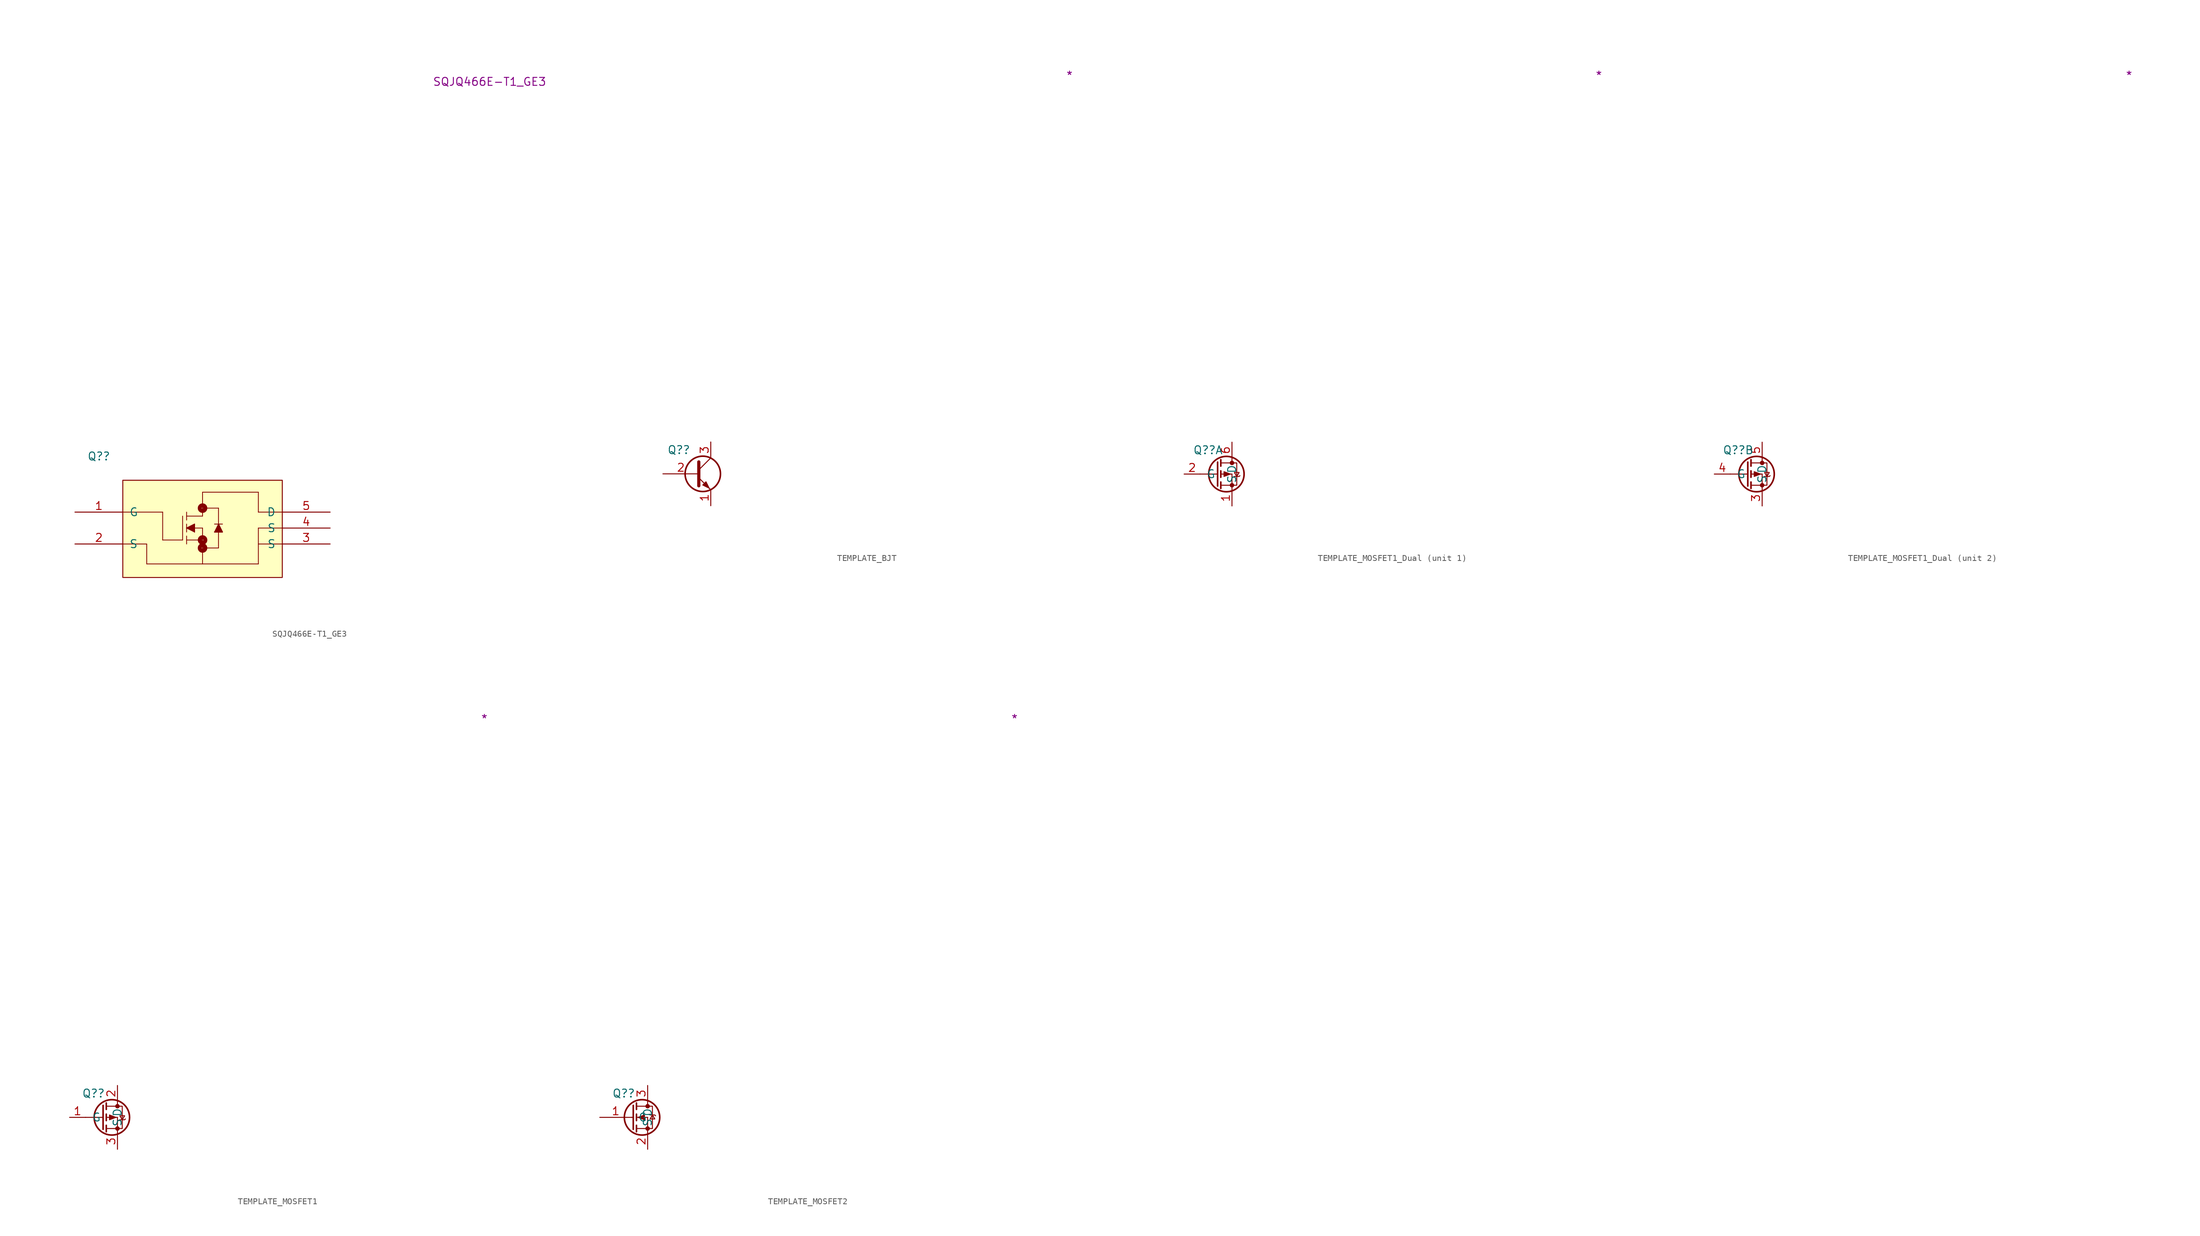
<source format=kicad_sym>
(kicad_symbol_lib
  (version 20241209)
  (generator "kicad_symbol_editor")
  (generator_version "9.0")
  (symbol "SQJQ466E-T1_GE3"
    (pin_names
      (offset 1.016))
    (property "Reference" "Q?"
      (at -3.81 3.81 0)
      (effects (font (size 1.27 1.27))))
    (property "_Value_" "SQJQ466E-T1_GE3"
      (at 58.42 63.5 0)
      (effects (font (size 1.27 1.27))))
    (symbol "SQJQ466E-T1_GE3_0_1"
      (polyline (pts (xy 0 -5.08) (xy 6.35 -5.08)) (stroke (width 0.127) (type default)) (fill (type none)))
      (polyline (pts (xy 3.81 -10.16) (xy 0 -10.16)) (stroke (width 0.127) (type default)) (fill (type none)))
      (polyline (pts (xy 3.81 -13.335) (xy 3.81 -10.16)) (stroke (width 0.127) (type default)) (fill (type none)))
      (polyline (pts (xy 6.35 -5.08) (xy 6.35 -9.525)) (stroke (width 0.127) (type default)) (fill (type none)))
      (polyline (pts (xy 9.525 -5.715) (xy 9.525 -9.525)) (stroke (width 0.127) (type default)) (fill (type none)))
      (polyline (pts (xy 9.525 -9.525) (xy 6.35 -9.525)) (stroke (width 0.127) (type default)) (fill (type none)))
      (polyline (pts (xy 10.16 -5.715) (xy 12.7 -5.715)) (stroke (width 0.127) (type default)) (fill (type none)))
      (polyline (pts (xy 10.16 -6.35) (xy 10.16 -5.08)) (stroke (width 0.127) (type default)) (fill (type none)))
      (polyline (pts (xy 10.16 -6.985) (xy 10.16 -8.255)) (stroke (width 0.127) (type default)) (fill (type none)))
      (polyline (pts (xy 10.16 -7.62) (xy 11.43 -6.985)) (stroke (width 0.127) (type default)) (fill (type none)))
      (polyline (pts (xy 10.16 -7.62) (xy 11.43 -8.255)) (stroke (width 0.127) (type default)) (fill (type none)))
      (polyline (pts (xy 10.16 -7.62) (xy 11.43 -6.985) (xy 11.43 -8.255)) (stroke (width 0) (type default)) (fill (type outline)))
      (polyline (pts (xy 10.16 -8.89) (xy 10.16 -10.16)) (stroke (width 0.127) (type default)) (fill (type none)))
      (polyline (pts (xy 10.16 -9.525) (xy 12.7 -9.525)) (stroke (width 0.127) (type default)) (fill (type none)))
      (polyline (pts (xy 11.43 -6.985) (xy 11.43 -8.255)) (stroke (width 0.127) (type default)) (fill (type none)))
      (polyline (pts (xy 12.7 -1.905) (xy 21.59 -1.905)) (stroke (width 0.127) (type default)) (fill (type none)))
      (polyline (pts (xy 12.7 -4.445) (xy 15.24 -4.445)) (stroke (width 0.127) (type default)) (fill (type none)))
      (circle (center 12.7 -4.445) (radius 0.127) (stroke (width 0.635) (type default)) (fill (type none)))
      (polyline (pts (xy 12.7 -5.715) (xy 12.7 -1.905)) (stroke (width 0.127) (type default)) (fill (type none)))
      (polyline (pts (xy 12.7 -7.62) (xy 10.16 -7.62)) (stroke (width 0.127) (type default)) (fill (type none)))
      (polyline (pts (xy 12.7 -7.62) (xy 12.7 -13.335)) (stroke (width 0.127) (type default)) (fill (type none)))
      (circle (center 12.7 -9.525) (radius 0.127) (stroke (width 0.635) (type default)) (fill (type none)))
      (polyline (pts (xy 12.7 -10.795) (xy 15.24 -10.795)) (stroke (width 0.127) (type default)) (fill (type none)))
      (circle (center 12.7 -10.795) (radius 0.127) (stroke (width 0.635) (type default)) (fill (type none)))
      (polyline (pts (xy 14.605 -6.985) (xy 15.875 -6.985)) (stroke (width 0.127) (type default)) (fill (type none)))
      (polyline (pts (xy 14.605 -8.255) (xy 15.875 -8.255)) (stroke (width 0.127) (type default)) (fill (type none)))
      (polyline (pts (xy 14.605 -8.255) (xy 15.875 -8.255) (xy 15.24 -6.985)) (stroke (width 0) (type default)) (fill (type outline)))
      (polyline (pts (xy 15.24 -4.445) (xy 15.24 -10.795)) (stroke (width 0.127) (type default)) (fill (type none)))
      (polyline (pts (xy 15.24 -6.985) (xy 14.605 -8.255)) (stroke (width 0.127) (type default)) (fill (type none)))
      (polyline (pts (xy 15.875 -8.255) (xy 15.24 -6.985)) (stroke (width 0.127) (type default)) (fill (type none)))
      (polyline (pts (xy 21.59 -1.905) (xy 21.59 -5.08)) (stroke (width 0.127) (type default)) (fill (type none)))
      (polyline (pts (xy 21.59 -7.62) (xy 21.59 -13.335)) (stroke (width 0.127) (type default)) (fill (type none)))
      (polyline (pts (xy 21.59 -13.335) (xy 3.81 -13.335)) (stroke (width 0.127) (type default)) (fill (type none)))
      (polyline (pts (xy 25.4 -5.08) (xy 21.59 -5.08)) (stroke (width 0.127) (type default)) (fill (type none)))
      (polyline (pts (xy 25.4 -7.62) (xy 21.59 -7.62)) (stroke (width 0.127) (type default)) (fill (type none)))
      (polyline (pts (xy 25.4 -10.16) (xy 21.59 -10.16)) (stroke (width 0.127) (type default)) (fill (type none)))
      (pin unspecified line (at -7.62 -5.08 0) (length 7.62) (name "G" (effects (font (size 1.27 1.27)))) (number "1" (effects (font (size 1.27 1.27)))))
      (pin unspecified line (at -7.62 -10.16 0) (length 7.62) (name "S" (effects (font (size 1.27 1.27)))) (number "2" (effects (font (size 1.27 1.27)))))
      (pin unspecified line (at 33.02 -5.08 180) (length 7.62) (name "D" (effects (font (size 1.27 1.27)))) (number "5" (effects (font (size 1.27 1.27)))))
      (pin unspecified line (at 33.02 -7.62 180) (length 7.62) (name "S" (effects (font (size 1.27 1.27)))) (number "4" (effects (font (size 1.27 1.27)))))
      (pin unspecified line (at 33.02 -10.16 180) (length 7.62) (name "S" (effects (font (size 1.27 1.27)))) (number "3" (effects (font (size 1.27 1.27))))))
    (symbol "SQJQ466E-T1_GE3_1_1"
      (rectangle (start 0 0) (end 25.4 -15.494) (stroke (width 0) (type solid)) (fill (type background)))))
  (symbol "TEMPLATE_BJT"
    (pin_names
      (offset 1.016))
    (property "Reference" "Q?"
      (at -3.81 3.81 0)
      (effects (font (size 1.27 1.27))))
    (property "_Value_" "*"
      (at 58.42 63.5 0)
      (effects (font (size 1.27 1.27))))
    (symbol "TEMPLATE_BJT_1_1"
      (polyline (pts (xy -0.635 1.905) (xy -0.635 -1.905) (xy -0.635 -1.905)) (stroke (width 0.508) (type solid)) (fill (type none)))
      (polyline (pts (xy -0.635 0.635) (xy 1.27 2.54)) (stroke (width 0) (type solid)) (fill (type none)))
      (polyline (pts (xy -0.635 -0.635) (xy 1.27 -2.54) (xy 1.27 -2.54)) (stroke (width 0) (type solid)) (fill (type none)))
      (circle (center 0 0) (radius 2.819) (stroke (width 0.254) (type solid)) (fill (type none)))
      (polyline (pts (xy 0 -1.778) (xy 0.508 -1.27) (xy 1.016 -2.286) (xy 0 -1.778) (xy 0 -1.778)) (stroke (width 0) (type solid)) (fill (type outline)))
      (pin passive line (at -6.35 0 0) (length 5.715) (name "~" (effects (font (size 1.27 1.27)))) (number "2" (effects (font (size 1.27 1.27)))))
      (pin passive line (at 1.27 5.08 270) (length 2.54) (name "~" (effects (font (size 1.27 1.27)))) (number "3" (effects (font (size 1.27 1.27)))))
      (pin passive line (at 1.27 -5.08 90) (length 2.54) (name "~" (effects (font (size 1.27 1.27)))) (number "1" (effects (font (size 1.27 1.27)))))))
  (symbol "TEMPLATE_MOSFET1_Dual"
    (pin_names
      (offset 1.016))
    (property "Reference" "Q?"
      (at -3.81 3.81 0)
      (effects (font (size 1.27 1.27))))
    (property "_Value_" "*"
      (at 58.42 63.5 0)
      (effects (font (size 1.27 1.27))))
    (symbol "TEMPLATE_MOSFET1_Dual_1_1"
      (polyline (pts (xy -5.08 0) (xy -2.286 0)) (stroke (width 0) (type solid)) (fill (type none)))
      (polyline (pts (xy -2.286 1.905) (xy -2.286 -1.905) (xy -2.286 -1.905)) (stroke (width 0.254) (type solid)) (fill (type none)))
      (polyline (pts (xy -1.778 2.286) (xy -1.778 1.27)) (stroke (width 0.254) (type solid)) (fill (type none)))
      (polyline (pts (xy -1.778 1.778) (xy 0 1.778)) (stroke (width 0) (type solid)) (fill (type none)))
      (polyline (pts (xy -1.778 0.508) (xy -1.778 -0.508)) (stroke (width 0.254) (type solid)) (fill (type none)))
      (polyline (pts (xy -1.778 0) (xy 0 0)) (stroke (width 0) (type solid)) (fill (type none)))
      (polyline (pts (xy -1.778 -1.27) (xy -1.778 -2.286)) (stroke (width 0.254) (type solid)) (fill (type none)))
      (polyline (pts (xy -1.778 -1.778) (xy 0 -1.778)) (stroke (width 0) (type solid)) (fill (type none)))
      (circle (center -0.889 0) (radius 2.819) (stroke (width 0.254) (type solid)) (fill (type none)))
      (polyline (pts (xy -0.254 0) (xy -1.27 -0.381) (xy -1.27 0.381) (xy -0.254 0)) (stroke (width 0) (type solid)) (fill (type outline)))
      (polyline (pts (xy 0 2.54) (xy 0 1.778)) (stroke (width 0) (type solid)) (fill (type none)))
      (circle (center 0 1.778) (radius 0.279) (stroke (width 0) (type solid)) (fill (type outline)))
      (polyline (pts (xy 0 -1.778) (xy 0 0)) (stroke (width 0) (type solid)) (fill (type none)))
      (polyline (pts (xy 0 -1.778) (xy 0 -2.54)) (stroke (width 0) (type solid)) (fill (type none)))
      (polyline (pts (xy 0 -1.778) (xy 0.762 -1.778) (xy 0.762 1.778) (xy 0 1.778)) (stroke (width 0) (type solid)) (fill (type none)))
      (circle (center 0 -1.778) (radius 0.279) (stroke (width 0) (type solid)) (fill (type outline)))
      (polyline (pts (xy 0.254 -0.508) (xy 0.381 -0.381) (xy 1.143 -0.381) (xy 1.27 -0.254)) (stroke (width 0) (type solid)) (fill (type none)))
      (polyline (pts (xy 0.762 -0.381) (xy 0.381 0.254) (xy 1.143 0.254) (xy 0.762 -0.381)) (stroke (width 0) (type solid)) (fill (type none)))
      (pin input line (at -7.62 0 0) (length 2.54) (name "G" (effects (font (size 1.27 1.27)))) (number "2" (effects (font (size 1.27 1.27)))))
      (pin passive line (at 0 5.08 270) (length 2.54) (name "D" (effects (font (size 1.27 1.27)))) (number "6" (effects (font (size 1.27 1.27)))))
      (pin passive line (at 0 -5.08 90) (length 2.54) (name "S" (effects (font (size 1.27 1.27)))) (number "1" (effects (font (size 1.27 1.27))))))
    (symbol "TEMPLATE_MOSFET1_Dual_2_1"
      (polyline (pts (xy -5.08 0) (xy -2.286 0)) (stroke (width 0) (type solid)) (fill (type none)))
      (polyline (pts (xy -2.286 1.905) (xy -2.286 -1.905) (xy -2.286 -1.905)) (stroke (width 0.254) (type solid)) (fill (type none)))
      (polyline (pts (xy -1.778 2.286) (xy -1.778 1.27)) (stroke (width 0.254) (type solid)) (fill (type none)))
      (polyline (pts (xy -1.778 1.778) (xy 0 1.778)) (stroke (width 0) (type solid)) (fill (type none)))
      (polyline (pts (xy -1.778 0.508) (xy -1.778 -0.508)) (stroke (width 0.254) (type solid)) (fill (type none)))
      (polyline (pts (xy -1.778 0) (xy 0 0)) (stroke (width 0) (type solid)) (fill (type none)))
      (polyline (pts (xy -1.778 -1.27) (xy -1.778 -2.286)) (stroke (width 0.254) (type solid)) (fill (type none)))
      (polyline (pts (xy -1.778 -1.778) (xy 0 -1.778)) (stroke (width 0) (type solid)) (fill (type none)))
      (circle (center -0.889 0) (radius 2.819) (stroke (width 0.254) (type solid)) (fill (type none)))
      (polyline (pts (xy -0.254 0) (xy -1.27 -0.381) (xy -1.27 0.381) (xy -0.254 0)) (stroke (width 0) (type solid)) (fill (type outline)))
      (polyline (pts (xy 0 2.54) (xy 0 1.778)) (stroke (width 0) (type solid)) (fill (type none)))
      (circle (center 0 1.778) (radius 0.279) (stroke (width 0) (type solid)) (fill (type outline)))
      (polyline (pts (xy 0 -1.778) (xy 0 0)) (stroke (width 0) (type solid)) (fill (type none)))
      (polyline (pts (xy 0 -1.778) (xy 0 -2.54)) (stroke (width 0) (type solid)) (fill (type none)))
      (polyline (pts (xy 0 -1.778) (xy 0.762 -1.778) (xy 0.762 1.778) (xy 0 1.778)) (stroke (width 0) (type solid)) (fill (type none)))
      (circle (center 0 -1.778) (radius 0.279) (stroke (width 0) (type solid)) (fill (type outline)))
      (polyline (pts (xy 0.254 -0.508) (xy 0.381 -0.381) (xy 1.143 -0.381) (xy 1.27 -0.254)) (stroke (width 0) (type solid)) (fill (type none)))
      (polyline (pts (xy 0.762 -0.381) (xy 0.381 0.254) (xy 1.143 0.254) (xy 0.762 -0.381)) (stroke (width 0) (type solid)) (fill (type none)))
      (pin input line (at -7.62 0 0) (length 2.54) (name "G" (effects (font (size 1.27 1.27)))) (number "4" (effects (font (size 1.27 1.27)))))
      (pin passive line (at 0 5.08 270) (length 2.54) (name "D" (effects (font (size 1.27 1.27)))) (number "5" (effects (font (size 1.27 1.27)))))
      (pin passive line (at 0 -5.08 90) (length 2.54) (name "S" (effects (font (size 1.27 1.27)))) (number "3" (effects (font (size 1.27 1.27)))))))
  (symbol "TEMPLATE_MOSFET1"
    (pin_names
      (offset 1.016))
    (property "Reference" "Q?"
      (at -3.81 3.81 0)
      (effects (font (size 1.27 1.27))))
    (property "_Value_" "*"
      (at 58.42 63.5 0)
      (effects (font (size 1.27 1.27))))
    (symbol "TEMPLATE_MOSFET1_1_1"
      (polyline (pts (xy -5.08 0) (xy -2.286 0)) (stroke (width 0) (type solid)) (fill (type none)))
      (polyline (pts (xy -2.286 1.905) (xy -2.286 -1.905) (xy -2.286 -1.905)) (stroke (width 0.254) (type solid)) (fill (type none)))
      (polyline (pts (xy -1.778 2.286) (xy -1.778 1.27)) (stroke (width 0.254) (type solid)) (fill (type none)))
      (polyline (pts (xy -1.778 1.778) (xy 0 1.778)) (stroke (width 0) (type solid)) (fill (type none)))
      (polyline (pts (xy -1.778 0.508) (xy -1.778 -0.508)) (stroke (width 0.254) (type solid)) (fill (type none)))
      (polyline (pts (xy -1.778 0) (xy 0 0)) (stroke (width 0) (type solid)) (fill (type none)))
      (polyline (pts (xy -1.778 -1.27) (xy -1.778 -2.286)) (stroke (width 0.254) (type solid)) (fill (type none)))
      (polyline (pts (xy -1.778 -1.778) (xy 0 -1.778)) (stroke (width 0) (type solid)) (fill (type none)))
      (circle (center -0.889 0) (radius 2.819) (stroke (width 0.254) (type solid)) (fill (type none)))
      (polyline (pts (xy -0.254 0) (xy -1.27 -0.381) (xy -1.27 0.381) (xy -0.254 0)) (stroke (width 0) (type solid)) (fill (type outline)))
      (polyline (pts (xy 0 2.54) (xy 0 1.778)) (stroke (width 0) (type solid)) (fill (type none)))
      (circle (center 0 1.778) (radius 0.279) (stroke (width 0) (type solid)) (fill (type outline)))
      (polyline (pts (xy 0 -1.778) (xy 0 0)) (stroke (width 0) (type solid)) (fill (type none)))
      (polyline (pts (xy 0 -1.778) (xy 0 -2.54)) (stroke (width 0) (type solid)) (fill (type none)))
      (polyline (pts (xy 0 -1.778) (xy 0.762 -1.778) (xy 0.762 1.778) (xy 0 1.778)) (stroke (width 0) (type solid)) (fill (type none)))
      (circle (center 0 -1.778) (radius 0.279) (stroke (width 0) (type solid)) (fill (type outline)))
      (polyline (pts (xy 0.254 -0.508) (xy 0.381 -0.381) (xy 1.143 -0.381) (xy 1.27 -0.254)) (stroke (width 0) (type solid)) (fill (type none)))
      (polyline (pts (xy 0.762 -0.381) (xy 0.381 0.254) (xy 1.143 0.254) (xy 0.762 -0.381)) (stroke (width 0) (type solid)) (fill (type none)))
      (pin input line (at -7.62 0 0) (length 2.54) (name "G" (effects (font (size 1.27 1.27)))) (number "1" (effects (font (size 1.27 1.27)))))
      (pin passive line (at 0 5.08 270) (length 2.54) (name "D" (effects (font (size 1.27 1.27)))) (number "2" (effects (font (size 1.27 1.27)))))
      (pin passive line (at 0 -5.08 90) (length 2.54) (name "S" (effects (font (size 1.27 1.27)))) (number "3" (effects (font (size 1.27 1.27)))))))
  (symbol "TEMPLATE_MOSFET2"
    (pin_names
      (offset 1.016))
    (property "Reference" "Q?"
      (at -3.81 3.81 0)
      (effects (font (size 1.27 1.27))))
    (property "_Value_" "*"
      (at 58.42 63.5 0)
      (effects (font (size 1.27 1.27))))
    (symbol "TEMPLATE_MOSFET2_1_1"
      (polyline (pts (xy -2.54 0) (xy -2.286 0)) (stroke (width 0) (type solid)) (fill (type none)))
      (polyline (pts (xy -2.286 1.905) (xy -2.286 -1.905) (xy -2.286 -1.905)) (stroke (width 0.254) (type solid)) (fill (type none)))
      (polyline (pts (xy -1.778 2.286) (xy -1.778 1.27)) (stroke (width 0.254) (type solid)) (fill (type none)))
      (polyline (pts (xy -1.778 1.778) (xy 0 1.778)) (stroke (width 0) (type solid)) (fill (type none)))
      (polyline (pts (xy -1.778 0.508) (xy -1.778 -0.508)) (stroke (width 0.254) (type solid)) (fill (type none)))
      (polyline (pts (xy -1.778 0) (xy 0 0)) (stroke (width 0) (type solid)) (fill (type none)))
      (polyline (pts (xy -1.778 -1.27) (xy -1.778 -2.286)) (stroke (width 0.254) (type solid)) (fill (type none)))
      (polyline (pts (xy -1.778 -1.778) (xy 0 -1.778)) (stroke (width 0) (type solid)) (fill (type none)))
      (polyline (pts (xy -1.524 0) (xy -0.508 0.381) (xy -0.508 -0.381) (xy -1.524 0)) (stroke (width 0) (type solid)) (fill (type outline)))
      (circle (center -0.889 0) (radius 2.819) (stroke (width 0.254) (type solid)) (fill (type none)))
      (polyline (pts (xy 0 2.54) (xy 0 1.778)) (stroke (width 0) (type solid)) (fill (type none)))
      (circle (center 0 1.778) (radius 0.279) (stroke (width 0) (type solid)) (fill (type outline)))
      (polyline (pts (xy 0 -1.778) (xy 0 0)) (stroke (width 0) (type solid)) (fill (type none)))
      (polyline (pts (xy 0 -1.778) (xy 0 -2.54)) (stroke (width 0) (type solid)) (fill (type none)))
      (polyline (pts (xy 0 -1.778) (xy 0.762 -1.778) (xy 0.762 1.778) (xy 0 1.778)) (stroke (width 0) (type solid)) (fill (type none)))
      (circle (center 0 -1.778) (radius 0.279) (stroke (width 0) (type solid)) (fill (type outline)))
      (polyline (pts (xy 0.254 0.508) (xy 0.381 0.381) (xy 1.143 0.381) (xy 1.27 0.254)) (stroke (width 0) (type solid)) (fill (type none)))
      (polyline (pts (xy 0.762 0.381) (xy 0.381 -0.254) (xy 1.143 -0.254) (xy 0.762 0.381)) (stroke (width 0) (type solid)) (fill (type none)))
      (pin input line (at -7.62 0 0) (length 5.08) (name "G" (effects (font (size 1.27 1.27)))) (number "1" (effects (font (size 1.27 1.27)))))
      (pin passive line (at 0 5.08 270) (length 2.54) (name "D" (effects (font (size 1.27 1.27)))) (number "3" (effects (font (size 1.27 1.27)))))
      (pin passive line (at 0 -5.08 90) (length 2.54) (name "S" (effects (font (size 1.27 1.27)))) (number "2" (effects (font (size 1.27 1.27))))))))
</source>
